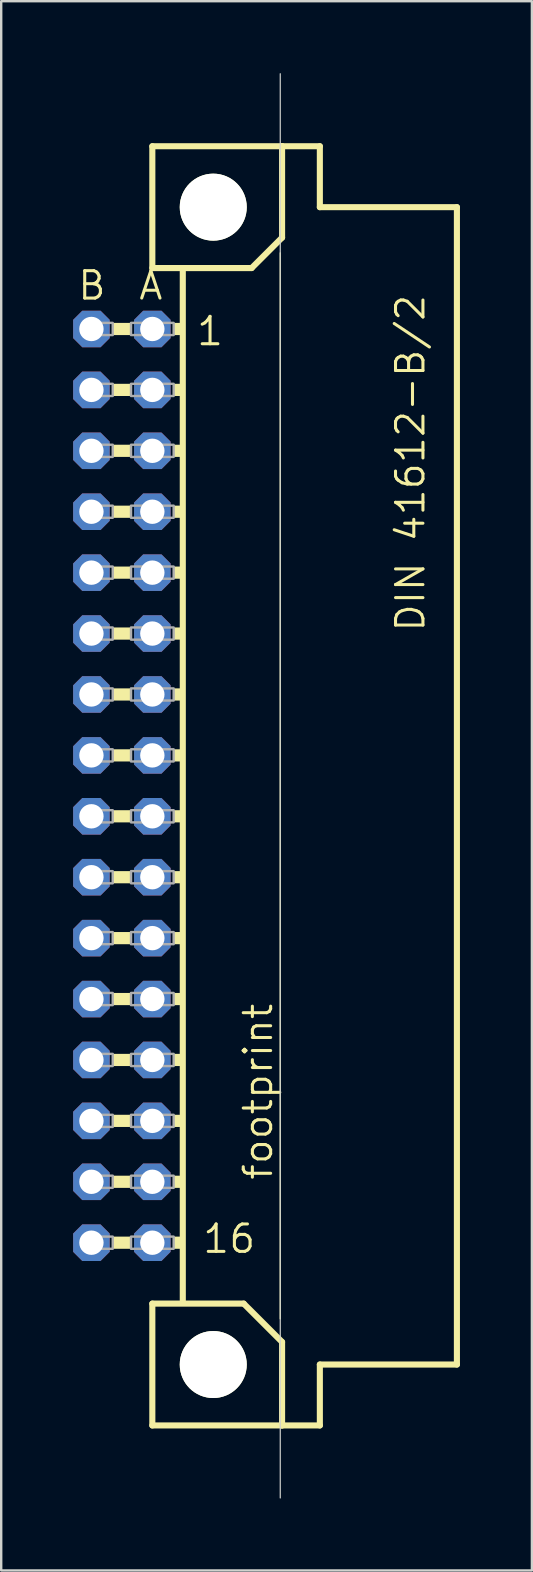
<source format=kicad_pcb>
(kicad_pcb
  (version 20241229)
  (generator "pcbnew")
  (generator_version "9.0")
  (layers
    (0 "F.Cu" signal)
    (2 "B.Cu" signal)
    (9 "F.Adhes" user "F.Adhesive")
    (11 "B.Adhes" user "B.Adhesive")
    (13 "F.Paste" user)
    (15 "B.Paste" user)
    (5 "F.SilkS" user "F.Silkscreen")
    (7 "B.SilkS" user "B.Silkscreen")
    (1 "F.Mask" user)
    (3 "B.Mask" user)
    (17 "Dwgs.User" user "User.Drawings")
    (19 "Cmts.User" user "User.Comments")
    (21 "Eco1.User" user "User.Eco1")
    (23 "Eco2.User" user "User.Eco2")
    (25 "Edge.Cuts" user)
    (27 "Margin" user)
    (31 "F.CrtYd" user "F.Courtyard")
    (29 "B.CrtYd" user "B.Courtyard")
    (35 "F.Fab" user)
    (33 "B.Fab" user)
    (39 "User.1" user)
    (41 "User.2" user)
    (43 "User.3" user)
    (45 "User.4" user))
  (footprint "footprint"
    (layer "F.Cu")
    (at 5.842 29.718)
    (property "Reference" "footprint" (at 2.54 16.51 90) (layer "F.SilkS") (effects (font (size 1.143 1.143) (thickness 0.127)) (justify left bottom)))
    (fp_line (start -2.54 -26.67) (end -2.54 -21.59) (stroke (width 0.254) (type solid)) (layer "F.SilkS"))
    (fp_line (start -2.54 -21.59) (end -1.27 -21.59) (stroke (width 0.254) (type solid)) (layer "F.SilkS"))
    (fp_line (start -2.54 21.59) (end -2.54 26.67) (stroke (width 0.254) (type solid)) (layer "F.SilkS"))
    (fp_line (start -2.54 21.59) (end 1.27 21.59) (stroke (width 0.254) (type solid)) (layer "F.SilkS"))
    (fp_line (start -2.54 26.67) (end 2.87 26.67) (stroke (width 0.254) (type solid)) (layer "F.SilkS"))
    (fp_line (start -1.27 -21.59) (end -1.27 21.463) (stroke (width 0.254) (type solid)) (layer "F.SilkS"))
    (fp_line (start -1.27 -21.59) (end 1.6 -21.59) (stroke (width 0.254) (type solid)) (layer "F.SilkS"))
    (fp_line (start 1.6 -21.59) (end 2.87 -22.86) (stroke (width 0.254) (type solid)) (layer "F.SilkS"))
    (fp_line (start 2.794 -22.225) (end 2.794 22.225) (stroke (width 0.051) (type solid)) (layer "F.SilkS"))
    (fp_line (start 2.87 -26.67) (end -2.54 -26.67) (stroke (width 0.254) (type solid)) (layer "F.SilkS"))
    (fp_line (start 2.87 -22.86) (end 2.87 -26.67) (stroke (width 0.254) (type solid)) (layer "F.SilkS"))
    (fp_line (start 2.87 23.19) (end 1.27 21.59) (stroke (width 0.254) (type solid)) (layer "F.SilkS"))
    (fp_line (start 2.87 23.19) (end 2.87 26.67) (stroke (width 0.254) (type solid)) (layer "F.SilkS"))
    (fp_line (start 2.87 26.67) (end 4.445 26.67) (stroke (width 0.254) (type solid)) (layer "F.SilkS"))
    (fp_line (start 4.445 -26.67) (end 2.87 -26.67) (stroke (width 0.254) (type solid)) (layer "F.SilkS"))
    (fp_line (start 4.445 -24.13) (end 4.445 -26.67) (stroke (width 0.254) (type solid)) (layer "F.SilkS"))
    (fp_line (start 4.445 24.13) (end 10.16 24.13) (stroke (width 0.254) (type solid)) (layer "F.SilkS"))
    (fp_line (start 4.445 26.67) (end 4.445 24.13) (stroke (width 0.254) (type solid)) (layer "F.SilkS"))
    (fp_line (start 10.16 -24.13) (end 4.445 -24.13) (stroke (width 0.254) (type solid)) (layer "F.SilkS"))
    (fp_line (start 10.16 24.13) (end 10.16 -24.13) (stroke (width 0.254) (type solid)) (layer "F.SilkS"))
    (fp_circle (center 0 -24.13) (end 1.27 -24.13) (stroke (width 0.254) (type solid)) (fill no) (layer "F.SilkS"))
    (fp_circle (center 0 24.13) (end 1.27 24.13) (stroke (width 0.254) (type solid)) (fill no) (layer "F.SilkS"))
    (fp_poly (pts (xy -4.191 -18.796) (xy -3.429 -18.796) (xy -3.429 -19.304) (xy -4.191 -19.304)) (stroke (width 0) (type solid)) (fill yes) (layer "F.SilkS"))
    (fp_poly (pts (xy -4.191 -16.256) (xy -3.429 -16.256) (xy -3.429 -16.764) (xy -4.191 -16.764)) (stroke (width 0) (type solid)) (fill yes) (layer "F.SilkS"))
    (fp_poly (pts (xy -4.191 -13.716) (xy -3.429 -13.716) (xy -3.429 -14.224) (xy -4.191 -14.224)) (stroke (width 0) (type solid)) (fill yes) (layer "F.SilkS"))
    (fp_poly (pts (xy -4.191 -11.176) (xy -3.429 -11.176) (xy -3.429 -11.684) (xy -4.191 -11.684)) (stroke (width 0) (type solid)) (fill yes) (layer "F.SilkS"))
    (fp_poly (pts (xy -4.191 -8.636) (xy -3.429 -8.636) (xy -3.429 -9.144) (xy -4.191 -9.144)) (stroke (width 0) (type solid)) (fill yes) (layer "F.SilkS"))
    (fp_poly (pts (xy -4.191 -6.096) (xy -3.429 -6.096) (xy -3.429 -6.604) (xy -4.191 -6.604)) (stroke (width 0) (type solid)) (fill yes) (layer "F.SilkS"))
    (fp_poly (pts (xy -4.191 -3.556) (xy -3.429 -3.556) (xy -3.429 -4.064) (xy -4.191 -4.064)) (stroke (width 0) (type solid)) (fill yes) (layer "F.SilkS"))
    (fp_poly (pts (xy -4.191 -1.016) (xy -3.429 -1.016) (xy -3.429 -1.524) (xy -4.191 -1.524)) (stroke (width 0) (type solid)) (fill yes) (layer "F.SilkS"))
    (fp_poly (pts (xy -4.191 1.524) (xy -3.429 1.524) (xy -3.429 1.016) (xy -4.191 1.016)) (stroke (width 0) (type solid)) (fill yes) (layer "F.SilkS"))
    (fp_poly (pts (xy -4.191 4.064) (xy -3.429 4.064) (xy -3.429 3.556) (xy -4.191 3.556)) (stroke (width 0) (type solid)) (fill yes) (layer "F.SilkS"))
    (fp_poly (pts (xy -4.191 6.604) (xy -3.429 6.604) (xy -3.429 6.096) (xy -4.191 6.096)) (stroke (width 0) (type solid)) (fill yes) (layer "F.SilkS"))
    (fp_poly (pts (xy -4.191 9.144) (xy -3.429 9.144) (xy -3.429 8.636) (xy -4.191 8.636)) (stroke (width 0) (type solid)) (fill yes) (layer "F.SilkS"))
    (fp_poly (pts (xy -4.191 11.684) (xy -3.429 11.684) (xy -3.429 11.176) (xy -4.191 11.176)) (stroke (width 0) (type solid)) (fill yes) (layer "F.SilkS"))
    (fp_poly (pts (xy -4.191 14.224) (xy -3.429 14.224) (xy -3.429 13.716) (xy -4.191 13.716)) (stroke (width 0) (type solid)) (fill yes) (layer "F.SilkS"))
    (fp_poly (pts (xy -4.191 16.764) (xy -3.429 16.764) (xy -3.429 16.256) (xy -4.191 16.256)) (stroke (width 0) (type solid)) (fill yes) (layer "F.SilkS"))
    (fp_poly (pts (xy -4.191 19.304) (xy -3.429 19.304) (xy -3.429 18.796) (xy -4.191 18.796)) (stroke (width 0) (type solid)) (fill yes) (layer "F.SilkS"))
    (fp_poly (pts (xy -1.651 -18.796) (xy -1.27 -18.796) (xy -1.27 -19.304) (xy -1.651 -19.304)) (stroke (width 0) (type solid)) (fill yes) (layer "F.SilkS"))
    (fp_poly (pts (xy -1.651 -16.256) (xy -1.27 -16.256) (xy -1.27 -16.764) (xy -1.651 -16.764)) (stroke (width 0) (type solid)) (fill yes) (layer "F.SilkS"))
    (fp_poly (pts (xy -1.651 -13.716) (xy -1.27 -13.716) (xy -1.27 -14.224) (xy -1.651 -14.224)) (stroke (width 0) (type solid)) (fill yes) (layer "F.SilkS"))
    (fp_poly (pts (xy -1.651 -11.176) (xy -1.27 -11.176) (xy -1.27 -11.684) (xy -1.651 -11.684)) (stroke (width 0) (type solid)) (fill yes) (layer "F.SilkS"))
    (fp_poly (pts (xy -1.651 -8.636) (xy -1.27 -8.636) (xy -1.27 -9.144) (xy -1.651 -9.144)) (stroke (width 0) (type solid)) (fill yes) (layer "F.SilkS"))
    (fp_poly (pts (xy -1.651 -6.096) (xy -1.27 -6.096) (xy -1.27 -6.604) (xy -1.651 -6.604)) (stroke (width 0) (type solid)) (fill yes) (layer "F.SilkS"))
    (fp_poly (pts (xy -1.651 -3.556) (xy -1.27 -3.556) (xy -1.27 -4.064) (xy -1.651 -4.064)) (stroke (width 0) (type solid)) (fill yes) (layer "F.SilkS"))
    (fp_poly (pts (xy -1.651 -1.016) (xy -1.27 -1.016) (xy -1.27 -1.524) (xy -1.651 -1.524)) (stroke (width 0) (type solid)) (fill yes) (layer "F.SilkS"))
    (fp_poly (pts (xy -1.651 1.524) (xy -1.27 1.524) (xy -1.27 1.016) (xy -1.651 1.016)) (stroke (width 0) (type solid)) (fill yes) (layer "F.SilkS"))
    (fp_poly (pts (xy -1.651 4.064) (xy -1.27 4.064) (xy -1.27 3.556) (xy -1.651 3.556)) (stroke (width 0) (type solid)) (fill yes) (layer "F.SilkS"))
    (fp_poly (pts (xy -1.651 6.604) (xy -1.27 6.604) (xy -1.27 6.096) (xy -1.651 6.096)) (stroke (width 0) (type solid)) (fill yes) (layer "F.SilkS"))
    (fp_poly (pts (xy -1.651 9.144) (xy -1.27 9.144) (xy -1.27 8.636) (xy -1.651 8.636)) (stroke (width 0) (type solid)) (fill yes) (layer "F.SilkS"))
    (fp_poly (pts (xy -1.651 11.684) (xy -1.27 11.684) (xy -1.27 11.176) (xy -1.651 11.176)) (stroke (width 0) (type solid)) (fill yes) (layer "F.SilkS"))
    (fp_poly (pts (xy -1.651 14.224) (xy -1.27 14.224) (xy -1.27 13.716) (xy -1.651 13.716)) (stroke (width 0) (type solid)) (fill yes) (layer "F.SilkS"))
    (fp_poly (pts (xy -1.651 16.764) (xy -1.27 16.764) (xy -1.27 16.256) (xy -1.651 16.256)) (stroke (width 0) (type solid)) (fill yes) (layer "F.SilkS"))
    (fp_poly (pts (xy -1.651 19.304) (xy -1.27 19.304) (xy -1.27 18.796) (xy -1.651 18.796)) (stroke (width 0) (type solid)) (fill yes) (layer "F.SilkS"))
    (fp_line (start 2.794 29.693) (end 2.794 -29.693) (stroke (width 0.05) (type solid)) (layer "Edge.Cuts"))
    (fp_poly (pts (xy -5.334 -18.796) (xy -4.191 -18.796) (xy -4.191 -19.304) (xy -5.334 -19.304)) (stroke (width 0.1) (type solid)) (fill no) (layer "F.Fab"))
    (fp_poly (pts (xy -5.334 -16.256) (xy -4.191 -16.256) (xy -4.191 -16.764) (xy -5.334 -16.764)) (stroke (width 0.1) (type solid)) (fill no) (layer "F.Fab"))
    (fp_poly (pts (xy -5.334 -13.716) (xy -4.191 -13.716) (xy -4.191 -14.224) (xy -5.334 -14.224)) (stroke (width 0.1) (type solid)) (fill no) (layer "F.Fab"))
    (fp_poly (pts (xy -5.334 -11.176) (xy -4.191 -11.176) (xy -4.191 -11.684) (xy -5.334 -11.684)) (stroke (width 0.1) (type solid)) (fill no) (layer "F.Fab"))
    (fp_poly (pts (xy -5.334 -8.636) (xy -4.191 -8.636) (xy -4.191 -9.144) (xy -5.334 -9.144)) (stroke (width 0.1) (type solid)) (fill no) (layer "F.Fab"))
    (fp_poly (pts (xy -5.334 -6.096) (xy -4.191 -6.096) (xy -4.191 -6.604) (xy -5.334 -6.604)) (stroke (width 0.1) (type solid)) (fill no) (layer "F.Fab"))
    (fp_poly (pts (xy -5.334 -3.556) (xy -4.191 -3.556) (xy -4.191 -4.064) (xy -5.334 -4.064)) (stroke (width 0.1) (type solid)) (fill no) (layer "F.Fab"))
    (fp_poly (pts (xy -5.334 -1.016) (xy -4.191 -1.016) (xy -4.191 -1.524) (xy -5.334 -1.524)) (stroke (width 0.1) (type solid)) (fill no) (layer "F.Fab"))
    (fp_poly (pts (xy -5.334 1.524) (xy -4.191 1.524) (xy -4.191 1.016) (xy -5.334 1.016)) (stroke (width 0.1) (type solid)) (fill no) (layer "F.Fab"))
    (fp_poly (pts (xy -5.334 4.064) (xy -4.191 4.064) (xy -4.191 3.556) (xy -5.334 3.556)) (stroke (width 0.1) (type solid)) (fill no) (layer "F.Fab"))
    (fp_poly (pts (xy -5.334 6.604) (xy -4.191 6.604) (xy -4.191 6.096) (xy -5.334 6.096)) (stroke (width 0.1) (type solid)) (fill no) (layer "F.Fab"))
    (fp_poly (pts (xy -5.334 9.144) (xy -4.191 9.144) (xy -4.191 8.636) (xy -5.334 8.636)) (stroke (width 0.1) (type solid)) (fill no) (layer "F.Fab"))
    (fp_poly (pts (xy -5.334 11.684) (xy -4.191 11.684) (xy -4.191 11.176) (xy -5.334 11.176)) (stroke (width 0.1) (type solid)) (fill no) (layer "F.Fab"))
    (fp_poly (pts (xy -5.334 14.224) (xy -4.191 14.224) (xy -4.191 13.716) (xy -5.334 13.716)) (stroke (width 0.1) (type solid)) (fill no) (layer "F.Fab"))
    (fp_poly (pts (xy -5.334 16.764) (xy -4.191 16.764) (xy -4.191 16.256) (xy -5.334 16.256)) (stroke (width 0.1) (type solid)) (fill no) (layer "F.Fab"))
    (fp_poly (pts (xy -5.334 19.304) (xy -4.191 19.304) (xy -4.191 18.796) (xy -5.334 18.796)) (stroke (width 0.1) (type solid)) (fill no) (layer "F.Fab"))
    (fp_poly (pts (xy -3.429 -18.796) (xy -1.651 -18.796) (xy -1.651 -19.304) (xy -3.429 -19.304)) (stroke (width 0.1) (type solid)) (fill no) (layer "F.Fab"))
    (fp_poly (pts (xy -3.429 -16.256) (xy -1.651 -16.256) (xy -1.651 -16.764) (xy -3.429 -16.764)) (stroke (width 0.1) (type solid)) (fill no) (layer "F.Fab"))
    (fp_poly (pts (xy -3.429 -13.716) (xy -1.651 -13.716) (xy -1.651 -14.224) (xy -3.429 -14.224)) (stroke (width 0.1) (type solid)) (fill no) (layer "F.Fab"))
    (fp_poly (pts (xy -3.429 -11.176) (xy -1.651 -11.176) (xy -1.651 -11.684) (xy -3.429 -11.684)) (stroke (width 0.1) (type solid)) (fill no) (layer "F.Fab"))
    (fp_poly (pts (xy -3.429 -8.636) (xy -1.651 -8.636) (xy -1.651 -9.144) (xy -3.429 -9.144)) (stroke (width 0.1) (type solid)) (fill no) (layer "F.Fab"))
    (fp_poly (pts (xy -3.429 -6.096) (xy -1.651 -6.096) (xy -1.651 -6.604) (xy -3.429 -6.604)) (stroke (width 0.1) (type solid)) (fill no) (layer "F.Fab"))
    (fp_poly (pts (xy -3.429 -3.556) (xy -1.651 -3.556) (xy -1.651 -4.064) (xy -3.429 -4.064)) (stroke (width 0.1) (type solid)) (fill no) (layer "F.Fab"))
    (fp_poly (pts (xy -3.429 -1.016) (xy -1.651 -1.016) (xy -1.651 -1.524) (xy -3.429 -1.524)) (stroke (width 0.1) (type solid)) (fill no) (layer "F.Fab"))
    (fp_poly (pts (xy -3.429 1.524) (xy -1.651 1.524) (xy -1.651 1.016) (xy -3.429 1.016)) (stroke (width 0.1) (type solid)) (fill no) (layer "F.Fab"))
    (fp_poly (pts (xy -3.429 4.064) (xy -1.651 4.064) (xy -1.651 3.556) (xy -3.429 3.556)) (stroke (width 0.1) (type solid)) (fill no) (layer "F.Fab"))
    (fp_poly (pts (xy -3.429 6.604) (xy -1.651 6.604) (xy -1.651 6.096) (xy -3.429 6.096)) (stroke (width 0.1) (type solid)) (fill no) (layer "F.Fab"))
    (fp_poly (pts (xy -3.429 9.144) (xy -1.651 9.144) (xy -1.651 8.636) (xy -3.429 8.636)) (stroke (width 0.1) (type solid)) (fill no) (layer "F.Fab"))
    (fp_poly (pts (xy -3.429 11.684) (xy -1.651 11.684) (xy -1.651 11.176) (xy -3.429 11.176)) (stroke (width 0.1) (type solid)) (fill no) (layer "F.Fab"))
    (fp_poly (pts (xy -3.429 14.224) (xy -1.651 14.224) (xy -1.651 13.716) (xy -3.429 13.716)) (stroke (width 0.1) (type solid)) (fill no) (layer "F.Fab"))
    (fp_poly (pts (xy -3.429 16.764) (xy -1.651 16.764) (xy -1.651 16.256) (xy -3.429 16.256)) (stroke (width 0.1) (type solid)) (fill no) (layer "F.Fab"))
    (fp_poly (pts (xy -3.429 19.304) (xy -1.651 19.304) (xy -1.651 18.796) (xy -3.429 18.796)) (stroke (width 0.1) (type solid)) (fill no) (layer "F.Fab"))
    (fp_text user "B" (at -5.715 -20.193 0) (layer "F.SilkS") (effects (font (size 1.143 1.143) (thickness 0.127)) (justify left bottom)))
    (fp_text user "A" (at -3.175 -20.193 0) (layer "F.SilkS") (effects (font (size 1.143 1.143) (thickness 0.127)) (justify left bottom)))
    (fp_text user "DIN 41612-B/2" (at 8.89 -6.35 90) (layer "F.SilkS") (effects (font (size 1.143 1.143) (thickness 0.127)) (justify left bottom)))
    (fp_text user "16" (at -0.508 19.558 0) (layer "F.SilkS") (effects (font (size 1.143 1.143) (thickness 0.127)) (justify left bottom)))
    (fp_text user "1" (at -0.762 -18.288 0) (layer "F.SilkS") (effects (font (size 1.143 1.143) (thickness 0.127)) (justify left bottom)))
    (pad "" np_thru_hole circle (at 0 -24.13) (size 2.794 2.794) (drill 2.794) (layers "*.Cu" "*.Mask"))
    (pad "" np_thru_hole circle (at 0 24.13) (size 2.794 2.794) (drill 2.794) (layers "*.Cu" "*.Mask"))
    (pad "A1" thru_hole roundrect (at -2.54 -19.05) (size 1.524 1.524) (drill 1.016) (layers "*.Cu" "*.Mask") (roundrect_rratio 0.25) (chamfer_ratio 0.25) (chamfer top_left top_right bottom_left bottom_right))
    (pad "A2" thru_hole roundrect (at -2.54 -16.51) (size 1.524 1.524) (drill 1.016) (layers "*.Cu" "*.Mask") (roundrect_rratio 0.25) (chamfer_ratio 0.25) (chamfer top_left top_right bottom_left bottom_right))
    (pad "A3" thru_hole roundrect (at -2.54 -13.97) (size 1.524 1.524) (drill 1.016) (layers "*.Cu" "*.Mask") (roundrect_rratio 0.25) (chamfer_ratio 0.25) (chamfer top_left top_right bottom_left bottom_right))
    (pad "A4" thru_hole roundrect (at -2.54 -11.43) (size 1.524 1.524) (drill 1.016) (layers "*.Cu" "*.Mask") (roundrect_rratio 0.25) (chamfer_ratio 0.25) (chamfer top_left top_right bottom_left bottom_right))
    (pad "A5" thru_hole roundrect (at -2.54 -8.89) (size 1.524 1.524) (drill 1.016) (layers "*.Cu" "*.Mask") (roundrect_rratio 0.25) (chamfer_ratio 0.25) (chamfer top_left top_right bottom_left bottom_right))
    (pad "A6" thru_hole roundrect (at -2.54 -6.35) (size 1.524 1.524) (drill 1.016) (layers "*.Cu" "*.Mask") (roundrect_rratio 0.25) (chamfer_ratio 0.25) (chamfer top_left top_right bottom_left bottom_right))
    (pad "A7" thru_hole roundrect (at -2.54 -3.81) (size 1.524 1.524) (drill 1.016) (layers "*.Cu" "*.Mask") (roundrect_rratio 0.25) (chamfer_ratio 0.25) (chamfer top_left top_right bottom_left bottom_right))
    (pad "A8" thru_hole roundrect (at -2.54 -1.27) (size 1.524 1.524) (drill 1.016) (layers "*.Cu" "*.Mask") (roundrect_rratio 0.25) (chamfer_ratio 0.25) (chamfer top_left top_right bottom_left bottom_right))
    (pad "A9" thru_hole roundrect (at -2.54 1.27) (size 1.524 1.524) (drill 1.016) (layers "*.Cu" "*.Mask") (roundrect_rratio 0.25) (chamfer_ratio 0.25) (chamfer top_left top_right bottom_left bottom_right))
    (pad "A10" thru_hole roundrect (at -2.54 3.81) (size 1.524 1.524) (drill 1.016) (layers "*.Cu" "*.Mask") (roundrect_rratio 0.25) (chamfer_ratio 0.25) (chamfer top_left top_right bottom_left bottom_right))
    (pad "A11" thru_hole roundrect (at -2.54 6.35) (size 1.524 1.524) (drill 1.016) (layers "*.Cu" "*.Mask") (roundrect_rratio 0.25) (chamfer_ratio 0.25) (chamfer top_left top_right bottom_left bottom_right))
    (pad "A12" thru_hole roundrect (at -2.54 8.89) (size 1.524 1.524) (drill 1.016) (layers "*.Cu" "*.Mask") (roundrect_rratio 0.25) (chamfer_ratio 0.25) (chamfer top_left top_right bottom_left bottom_right))
    (pad "A13" thru_hole roundrect (at -2.54 11.43) (size 1.524 1.524) (drill 1.016) (layers "*.Cu" "*.Mask") (roundrect_rratio 0.25) (chamfer_ratio 0.25) (chamfer top_left top_right bottom_left bottom_right))
    (pad "A14" thru_hole roundrect (at -2.54 13.97) (size 1.524 1.524) (drill 1.016) (layers "*.Cu" "*.Mask") (roundrect_rratio 0.25) (chamfer_ratio 0.25) (chamfer top_left top_right bottom_left bottom_right))
    (pad "A15" thru_hole roundrect (at -2.54 16.51) (size 1.524 1.524) (drill 1.016) (layers "*.Cu" "*.Mask") (roundrect_rratio 0.25) (chamfer_ratio 0.25) (chamfer top_left top_right bottom_left bottom_right))
    (pad "A16" thru_hole roundrect (at -2.54 19.05) (size 1.524 1.524) (drill 1.016) (layers "*.Cu" "*.Mask") (roundrect_rratio 0.25) (chamfer_ratio 0.25) (chamfer top_left top_right bottom_left bottom_right))
    (pad "B1" thru_hole roundrect (at -5.08 -19.05) (size 1.524 1.524) (drill 1.016) (layers "*.Cu" "*.Mask") (roundrect_rratio 0.25) (chamfer_ratio 0.25) (chamfer top_left top_right bottom_left bottom_right))
    (pad "B2" thru_hole roundrect (at -5.08 -16.51) (size 1.524 1.524) (drill 1.016) (layers "*.Cu" "*.Mask") (roundrect_rratio 0.25) (chamfer_ratio 0.25) (chamfer top_left top_right bottom_left bottom_right))
    (pad "B3" thru_hole roundrect (at -5.08 -13.97) (size 1.524 1.524) (drill 1.016) (layers "*.Cu" "*.Mask") (roundrect_rratio 0.25) (chamfer_ratio 0.25) (chamfer top_left top_right bottom_left bottom_right))
    (pad "B4" thru_hole roundrect (at -5.08 -11.43) (size 1.524 1.524) (drill 1.016) (layers "*.Cu" "*.Mask") (roundrect_rratio 0.25) (chamfer_ratio 0.25) (chamfer top_left top_right bottom_left bottom_right))
    (pad "B5" thru_hole roundrect (at -5.08 -8.89) (size 1.524 1.524) (drill 1.016) (layers "*.Cu" "*.Mask") (roundrect_rratio 0.25) (chamfer_ratio 0.25) (chamfer top_left top_right bottom_left bottom_right))
    (pad "B6" thru_hole roundrect (at -5.08 -6.35) (size 1.524 1.524) (drill 1.016) (layers "*.Cu" "*.Mask") (roundrect_rratio 0.25) (chamfer_ratio 0.25) (chamfer top_left top_right bottom_left bottom_right))
    (pad "B7" thru_hole roundrect (at -5.08 -3.81) (size 1.524 1.524) (drill 1.016) (layers "*.Cu" "*.Mask") (roundrect_rratio 0.25) (chamfer_ratio 0.25) (chamfer top_left top_right bottom_left bottom_right))
    (pad "B8" thru_hole roundrect (at -5.08 -1.27) (size 1.524 1.524) (drill 1.016) (layers "*.Cu" "*.Mask") (roundrect_rratio 0.25) (chamfer_ratio 0.25) (chamfer top_left top_right bottom_left bottom_right))
    (pad "B9" thru_hole roundrect (at -5.08 1.27) (size 1.524 1.524) (drill 1.016) (layers "*.Cu" "*.Mask") (roundrect_rratio 0.25) (chamfer_ratio 0.25) (chamfer top_left top_right bottom_left bottom_right))
    (pad "B10" thru_hole roundrect (at -5.08 3.81) (size 1.524 1.524) (drill 1.016) (layers "*.Cu" "*.Mask") (roundrect_rratio 0.25) (chamfer_ratio 0.25) (chamfer top_left top_right bottom_left bottom_right))
    (pad "B11" thru_hole roundrect (at -5.08 6.35) (size 1.524 1.524) (drill 1.016) (layers "*.Cu" "*.Mask") (roundrect_rratio 0.25) (chamfer_ratio 0.25) (chamfer top_left top_right bottom_left bottom_right))
    (pad "B12" thru_hole roundrect (at -5.08 8.89) (size 1.524 1.524) (drill 1.016) (layers "*.Cu" "*.Mask") (roundrect_rratio 0.25) (chamfer_ratio 0.25) (chamfer top_left top_right bottom_left bottom_right))
    (pad "B13" thru_hole roundrect (at -5.08 11.43) (size 1.524 1.524) (drill 1.016) (layers "*.Cu" "*.Mask") (roundrect_rratio 0.25) (chamfer_ratio 0.25) (chamfer top_left top_right bottom_left bottom_right))
    (pad "B14" thru_hole roundrect (at -5.08 13.97) (size 1.524 1.524) (drill 1.016) (layers "*.Cu" "*.Mask") (roundrect_rratio 0.25) (chamfer_ratio 0.25) (chamfer top_left top_right bottom_left bottom_right))
    (pad "B15" thru_hole roundrect (at -5.08 16.51) (size 1.524 1.524) (drill 1.016) (layers "*.Cu" "*.Mask") (roundrect_rratio 0.25) (chamfer_ratio 0.25) (chamfer top_left top_right bottom_left bottom_right))
    (pad "B16" thru_hole roundrect (at -5.08 19.05) (size 1.524 1.524) (drill 1.016) (layers "*.Cu" "*.Mask") (roundrect_rratio 0.25) (chamfer_ratio 0.25) (chamfer top_left top_right bottom_left bottom_right))
    (zone (net_name "") (layers "F.Cu" "B.Cu") (hatch edge 0.508) (connect_pads) (min_thickness 0.254) (filled_areas_thickness no) (keepout (tracks allowed) (vias not_allowed) (pads allowed) (copperpour allowed) (footprints allowed)) (placement (enabled no)) (fill) (polygon (pts (xy 9.017 5.588) (xy 8.969 5.036) (xy 8.826 4.502) (xy 8.592 4) (xy 8.274 3.547) (xy 7.883 3.155) (xy 7.429 2.838) (xy 6.928 2.604) (xy 6.393 2.461) (xy 5.842 2.413) (xy 5.291 2.461) (xy 4.756 2.604) (xy 4.255 2.838) (xy 3.801 3.155) (xy 3.41 3.547) (xy 3.092 4) (xy 2.858 4.502) (xy 2.715 5.036) (xy 2.667 5.588) (xy 2.715 6.139) (xy 2.858 6.674) (xy 3.092 7.175) (xy 3.41 7.628) (xy 3.801 8.02) (xy 4.255 8.337) (xy 4.756 8.571) (xy 5.291 8.714) (xy 5.842 8.763) (xy 6.393 8.714) (xy 6.928 8.571) (xy 7.429 8.337) (xy 7.883 8.02) (xy 8.274 7.628) (xy 8.592 7.175) (xy 8.826 6.674) (xy 8.969 6.139))) (polygon (pts (xy 7.239 5.588) (xy 7.218 5.345) (xy 7.155 5.11) (xy 7.052 4.889) (xy 6.912 4.69) (xy 6.74 4.517) (xy 6.54 4.378) (xy 6.32 4.275) (xy 6.085 4.212) (xy 5.842 4.191) (xy 5.599 4.212) (xy 5.364 4.275) (xy 5.144 4.378) (xy 4.944 4.517) (xy 4.772 4.69) (xy 4.632 4.889) (xy 4.529 5.11) (xy 4.466 5.345) (xy 4.445 5.588) (xy 4.466 5.83) (xy 4.529 6.065) (xy 4.632 6.286) (xy 4.772 6.486) (xy 4.944 6.658) (xy 5.144 6.797) (xy 5.364 6.9) (xy 5.599 6.963) (xy 5.842 6.985) (xy 6.085 6.963) (xy 6.32 6.9) (xy 6.54 6.797) (xy 6.74 6.658) (xy 6.912 6.486) (xy 7.052 6.286) (xy 7.155 6.065) (xy 7.218 5.83))))
    (zone (net_name "") (layers "F.Cu" "B.Cu") (hatch edge 0.508) (connect_pads) (min_thickness 0.254) (filled_areas_thickness no) (keepout (tracks allowed) (vias not_allowed) (pads allowed) (copperpour allowed) (footprints allowed)) (placement (enabled no)) (fill) (polygon (pts (xy 9.017 53.848) (xy 8.969 53.296) (xy 8.826 52.762) (xy 8.592 52.26) (xy 8.274 51.807) (xy 7.883 51.415) (xy 7.429 51.098) (xy 6.928 50.864) (xy 6.393 50.721) (xy 5.842 50.673) (xy 5.291 50.721) (xy 4.756 50.864) (xy 4.255 51.098) (xy 3.801 51.415) (xy 3.41 51.807) (xy 3.092 52.26) (xy 2.858 52.762) (xy 2.715 53.296) (xy 2.667 53.848) (xy 2.715 54.399) (xy 2.858 54.934) (xy 3.092 55.435) (xy 3.41 55.888) (xy 3.801 56.28) (xy 4.255 56.597) (xy 4.756 56.831) (xy 5.291 56.974) (xy 5.842 57.023) (xy 6.393 56.974) (xy 6.928 56.831) (xy 7.429 56.597) (xy 7.883 56.28) (xy 8.274 55.888) (xy 8.592 55.435) (xy 8.826 54.934) (xy 8.969 54.399))) (polygon (pts (xy 7.239 53.848) (xy 7.218 53.605) (xy 7.155 53.37) (xy 7.052 53.149) (xy 6.912 52.95) (xy 6.74 52.777) (xy 6.54 52.638) (xy 6.32 52.535) (xy 6.085 52.472) (xy 5.842 52.451) (xy 5.599 52.472) (xy 5.364 52.535) (xy 5.144 52.638) (xy 4.944 52.777) (xy 4.772 52.95) (xy 4.632 53.149) (xy 4.529 53.37) (xy 4.466 53.605) (xy 4.445 53.848) (xy 4.466 54.09) (xy 4.529 54.325) (xy 4.632 54.546) (xy 4.772 54.746) (xy 4.944 54.918) (xy 5.144 55.057) (xy 5.364 55.16) (xy 5.599 55.223) (xy 5.842 55.245) (xy 6.085 55.223) (xy 6.32 55.16) (xy 6.54 55.057) (xy 6.74 54.918) (xy 6.912 54.746) (xy 7.052 54.546) (xy 7.155 54.325) (xy 7.218 54.09))))
    (zone (net_name "") (layer "B.Cu") (hatch edge 0.508) (connect_pads) (min_thickness 0.254) (filled_areas_thickness no) (keepout (tracks not_allowed) (vias not_allowed) (pads not_allowed) (copperpour not_allowed) (footprints allowed)) (placement (enabled no)) (fill) (polygon (pts (xy 9.017 5.588) (xy 8.969 5.036) (xy 8.826 4.502) (xy 8.592 4) (xy 8.274 3.547) (xy 7.883 3.155) (xy 7.429 2.838) (xy 6.928 2.604) (xy 6.393 2.461) (xy 5.842 2.413) (xy 5.291 2.461) (xy 4.756 2.604) (xy 4.255 2.838) (xy 3.801 3.155) (xy 3.41 3.547) (xy 3.092 4) (xy 2.858 4.502) (xy 2.715 5.036) (xy 2.667 5.588) (xy 2.715 6.139) (xy 2.858 6.674) (xy 3.092 7.175) (xy 3.41 7.628) (xy 3.801 8.02) (xy 4.255 8.337) (xy 4.756 8.571) (xy 5.291 8.714) (xy 5.842 8.763) (xy 6.393 8.714) (xy 6.928 8.571) (xy 7.429 8.337) (xy 7.883 8.02) (xy 8.274 7.628) (xy 8.592 7.175) (xy 8.826 6.674) (xy 8.969 6.139))) (polygon (pts (xy 7.239 5.588) (xy 7.218 5.345) (xy 7.155 5.11) (xy 7.052 4.889) (xy 6.912 4.69) (xy 6.74 4.517) (xy 6.54 4.378) (xy 6.32 4.275) (xy 6.085 4.212) (xy 5.842 4.191) (xy 5.599 4.212) (xy 5.364 4.275) (xy 5.144 4.378) (xy 4.944 4.517) (xy 4.772 4.69) (xy 4.632 4.889) (xy 4.529 5.11) (xy 4.466 5.345) (xy 4.445 5.588) (xy 4.466 5.83) (xy 4.529 6.065) (xy 4.632 6.286) (xy 4.772 6.486) (xy 4.944 6.658) (xy 5.144 6.797) (xy 5.364 6.9) (xy 5.599 6.963) (xy 5.842 6.985) (xy 6.085 6.963) (xy 6.32 6.9) (xy 6.54 6.797) (xy 6.74 6.658) (xy 6.912 6.486) (xy 7.052 6.286) (xy 7.155 6.065) (xy 7.218 5.83))))
    (zone (net_name "") (layer "B.Cu") (hatch edge 0.508) (connect_pads) (min_thickness 0.254) (filled_areas_thickness no) (keepout (tracks not_allowed) (vias not_allowed) (pads not_allowed) (copperpour not_allowed) (footprints allowed)) (placement (enabled no)) (fill) (polygon (pts (xy 9.017 53.848) (xy 8.969 53.296) (xy 8.826 52.762) (xy 8.592 52.26) (xy 8.274 51.807) (xy 7.883 51.415) (xy 7.429 51.098) (xy 6.928 50.864) (xy 6.393 50.721) (xy 5.842 50.673) (xy 5.291 50.721) (xy 4.756 50.864) (xy 4.255 51.098) (xy 3.801 51.415) (xy 3.41 51.807) (xy 3.092 52.26) (xy 2.858 52.762) (xy 2.715 53.296) (xy 2.667 53.848) (xy 2.715 54.399) (xy 2.858 54.934) (xy 3.092 55.435) (xy 3.41 55.888) (xy 3.801 56.28) (xy 4.255 56.597) (xy 4.756 56.831) (xy 5.291 56.974) (xy 5.842 57.023) (xy 6.393 56.974) (xy 6.928 56.831) (xy 7.429 56.597) (xy 7.883 56.28) (xy 8.274 55.888) (xy 8.592 55.435) (xy 8.826 54.934) (xy 8.969 54.399))) (polygon (pts (xy 7.239 53.848) (xy 7.218 53.605) (xy 7.155 53.37) (xy 7.052 53.149) (xy 6.912 52.95) (xy 6.74 52.777) (xy 6.54 52.638) (xy 6.32 52.535) (xy 6.085 52.472) (xy 5.842 52.451) (xy 5.599 52.472) (xy 5.364 52.535) (xy 5.144 52.638) (xy 4.944 52.777) (xy 4.772 52.95) (xy 4.632 53.149) (xy 4.529 53.37) (xy 4.466 53.605) (xy 4.445 53.848) (xy 4.466 54.09) (xy 4.529 54.325) (xy 4.632 54.546) (xy 4.772 54.746) (xy 4.944 54.918) (xy 5.144 55.057) (xy 5.364 55.16) (xy 5.599 55.223) (xy 5.842 55.245) (xy 6.085 55.223) (xy 6.32 55.16) (xy 6.54 55.057) (xy 6.74 54.918) (xy 6.912 54.746) (xy 7.052 54.546) (xy 7.155 54.325) (xy 7.218 54.09)))))
  (gr_rect
    (start -3 -3)
    (end 19.129 62.435)
    (stroke (width 0.1) (type default))
    (fill no)
    (layer "Edge.Cuts")))
</source>
